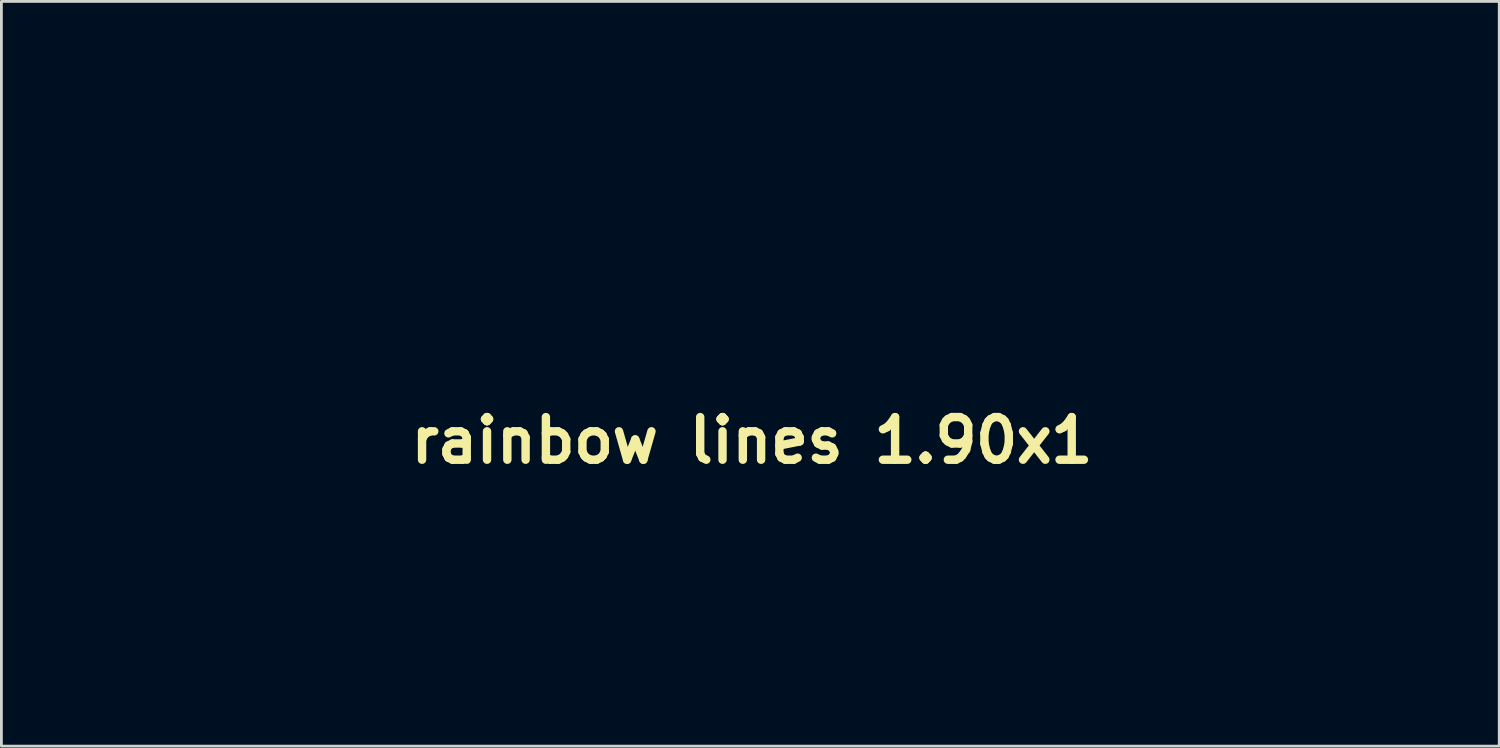
<source format=kicad_pcb>
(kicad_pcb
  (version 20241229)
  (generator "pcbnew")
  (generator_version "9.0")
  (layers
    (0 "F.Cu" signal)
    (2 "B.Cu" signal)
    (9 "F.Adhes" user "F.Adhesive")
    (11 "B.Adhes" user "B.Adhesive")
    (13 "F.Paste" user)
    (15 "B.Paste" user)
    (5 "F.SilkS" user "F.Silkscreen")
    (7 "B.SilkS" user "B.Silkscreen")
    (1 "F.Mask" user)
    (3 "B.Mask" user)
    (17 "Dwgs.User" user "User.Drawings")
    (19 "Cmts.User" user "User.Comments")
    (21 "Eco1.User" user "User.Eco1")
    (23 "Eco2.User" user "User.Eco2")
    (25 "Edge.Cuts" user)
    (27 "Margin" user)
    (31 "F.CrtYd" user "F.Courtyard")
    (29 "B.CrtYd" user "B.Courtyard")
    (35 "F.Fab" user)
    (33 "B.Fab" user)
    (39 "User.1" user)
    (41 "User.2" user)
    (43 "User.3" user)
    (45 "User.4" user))
  (footprint "rainbow lines 1.90x1"
    (layer "F.Cu")
    (at 23.83 12.694)
    (property "Reference" "rainbow lines 1.90x1" (at 0 0 0) (layer "F.SilkS") (effects (font (size 1.524 1.524) (thickness 0.3))))
    (attr board_only exclude_from_pos_files exclude_from_bom)
    (fp_poly (pts (xy 0.263 2.894) (xy 0.803 2.936) (xy 1.343 3.015) (xy 1.883 3.13) (xy 2.422 3.282) (xy 2.961 3.471) (xy 3.498 3.696) (xy 4.034 3.957) (xy 4.568 4.255) (xy 4.758 4.37) (xy 4.888 4.453) (xy 5.036 4.55) (xy 5.197 4.659) (xy 5.365 4.775) (xy 5.537 4.895) (xy 5.706 5.017) (xy 5.869 5.135) (xy 6.021 5.247) (xy 6.156 5.35) (xy 6.27 5.439) (xy 6.358 5.512) (xy 6.416 5.564) (xy 6.421 5.57) (xy 6.47 5.622) (xy 6.413 5.652) (xy 6.365 5.681) (xy 6.301 5.726) (xy 6.252 5.763) (xy 6.177 5.815) (xy 6.095 5.86) (xy 6.048 5.88) (xy 5.979 5.913) (xy 5.884 5.976) (xy 5.764 6.066) (xy 5.68 6.132) (xy 5.527 6.257) (xy 5.404 6.359) (xy 5.308 6.44) (xy 5.235 6.503) (xy 5.182 6.552) (xy 5.146 6.589) (xy 5.124 6.617) (xy 5.111 6.64) (xy 5.108 6.647) (xy 5.079 6.7) (xy 5.035 6.747) (xy 4.999 6.782) (xy 4.945 6.838) (xy 4.88 6.909) (xy 4.825 6.971) (xy 4.739 7.077) (xy 4.681 7.163) (xy 4.645 7.239) (xy 4.639 7.258) (xy 4.615 7.325) (xy 4.584 7.383) (xy 4.563 7.411) (xy 4.529 7.456) (xy 4.516 7.494) (xy 4.51 7.527) (xy 4.494 7.587) (xy 4.47 7.664) (xy 4.449 7.731) (xy 4.383 7.928) (xy 4.168 7.712) (xy 3.956 7.504) (xy 3.724 7.285) (xy 3.484 7.066) (xy 3.247 6.858) (xy 3.069 6.707) (xy 2.698 6.412) (xy 2.337 6.151) (xy 1.986 5.924) (xy 1.642 5.73) (xy 1.304 5.568) (xy 0.97 5.436) (xy 0.637 5.334) (xy 0.304 5.261) (xy 0.228 5.248) (xy 0.103 5.235) (xy -0.054 5.228) (xy -0.228 5.227) (xy -0.404 5.231) (xy -0.566 5.242) (xy -0.7 5.257) (xy -0.705 5.258) (xy -1.045 5.331) (xy -1.392 5.439) (xy -1.743 5.58) (xy -2.094 5.753) (xy -2.443 5.956) (xy -2.559 6.031) (xy -2.774 6.18) (xy -3.008 6.353) (xy -3.253 6.545) (xy -3.503 6.749) (xy -3.748 6.959) (xy -3.983 7.168) (xy -4.199 7.37) (xy -4.386 7.556) (xy -4.448 7.616) (xy -4.488 7.646) (xy -4.51 7.648) (xy -4.518 7.622) (xy -4.518 7.616) (xy -4.526 7.584) (xy -4.549 7.527) (xy -4.581 7.454) (xy -4.604 7.409) (xy -4.644 7.325) (xy -4.68 7.245) (xy -4.706 7.182) (xy -4.714 7.16) (xy -4.749 7.092) (xy -4.796 7.053) (xy -4.835 7.027) (xy -4.843 7.008) (xy -4.849 6.985) (xy -4.868 6.968) (xy -4.898 6.939) (xy -4.94 6.889) (xy -4.978 6.834) (xy -5.034 6.755) (xy -5.099 6.67) (xy -5.141 6.62) (xy -5.206 6.545) (xy -5.277 6.463) (xy -5.318 6.415) (xy -5.399 6.33) (xy -5.509 6.233) (xy -5.637 6.132) (xy -5.734 6.063) (xy -5.795 6.016) (xy -5.857 5.961) (xy -5.869 5.949) (xy -5.936 5.897) (xy -6.025 5.851) (xy -6.055 5.84) (xy -6.121 5.815) (xy -6.165 5.795) (xy -6.176 5.787) (xy -6.194 5.771) (xy -6.241 5.742) (xy -6.308 5.703) (xy -6.31 5.702) (xy -6.379 5.667) (xy -6.434 5.638) (xy -6.473 5.614) (xy -6.495 5.59) (xy -6.498 5.563) (xy -6.479 5.53) (xy -6.437 5.487) (xy -6.37 5.431) (xy -6.276 5.358) (xy -6.153 5.264) (xy -6.008 5.154) (xy -5.599 4.849) (xy -5.206 4.574) (xy -4.824 4.327) (xy -4.448 4.104) (xy -4.073 3.901) (xy -3.694 3.718) (xy -3.304 3.549) (xy -2.956 3.413) (xy -2.423 3.235) (xy -1.889 3.093) (xy -1.353 2.988) (xy -0.815 2.92) (xy -0.276 2.889)) (stroke (width 0) (type solid)) (fill yes) (layer "F.Mask"))
    (fp_poly (pts (xy 0.318 -12.691) (xy 0.91 -12.672) (xy 1.512 -12.64) (xy 2.112 -12.594) (xy 2.7 -12.536) (xy 2.96 -12.505) (xy 3.911 -12.367) (xy 4.852 -12.194) (xy 5.78 -11.986) (xy 6.697 -11.742) (xy 7.599 -11.465) (xy 8.488 -11.153) (xy 9.362 -10.808) (xy 10.22 -10.429) (xy 11.061 -10.018) (xy 11.886 -9.574) (xy 12.692 -9.099) (xy 13.479 -8.592) (xy 14.246 -8.055) (xy 14.993 -7.486) (xy 15.718 -6.888) (xy 16.421 -6.26) (xy 17.101 -5.602) (xy 17.758 -4.916) (xy 18.299 -4.307) (xy 18.943 -3.526) (xy 19.555 -2.718) (xy 20.136 -1.882) (xy 20.685 -1.021) (xy 21.202 -0.133) (xy 21.686 0.779) (xy 22.138 1.715) (xy 22.555 2.675) (xy 22.939 3.657) (xy 23.289 4.662) (xy 23.597 5.664) (xy 23.631 5.784) (xy 23.661 5.891) (xy 23.685 5.98) (xy 23.702 6.046) (xy 23.711 6.085) (xy 23.711 6.093) (xy 23.689 6.085) (xy 23.635 6.054) (xy 23.552 6.001) (xy 23.444 5.93) (xy 23.314 5.842) (xy 23.247 5.795) (xy 23.1 5.7) (xy 22.976 5.634) (xy 22.895 5.603) (xy 22.802 5.569) (xy 22.753 5.536) (xy 22.744 5.521) (xy 22.421 4.515) (xy 22.065 3.533) (xy 21.678 2.575) (xy 21.26 1.642) (xy 20.811 0.735) (xy 20.331 -0.147) (xy 19.82 -1.002) (xy 19.28 -1.831) (xy 18.71 -2.633) (xy 18.11 -3.408) (xy 17.481 -4.154) (xy 16.823 -4.873) (xy 16.136 -5.563) (xy 15.421 -6.223) (xy 14.677 -6.854) (xy 14.191 -7.239) (xy 13.825 -7.517) (xy 13.478 -7.772) (xy 13.14 -8.01) (xy 12.803 -8.237) (xy 12.457 -8.46) (xy 12.092 -8.685) (xy 11.883 -8.809) (xy 11.065 -9.274) (xy 10.232 -9.703) (xy 9.386 -10.097) (xy 8.527 -10.456) (xy 7.656 -10.78) (xy 6.771 -11.068) (xy 5.875 -11.32) (xy 4.966 -11.537) (xy 4.046 -11.718) (xy 3.114 -11.864) (xy 2.172 -11.973) (xy 1.218 -12.047) (xy 0.913 -12.062) (xy 0.403 -12.08) (xy -0.09 -12.087) (xy -0.58 -12.08) (xy -1.081 -12.062) (xy -1.607 -12.03) (xy -1.826 -12.014) (xy -2.756 -11.924) (xy -3.676 -11.799) (xy -4.586 -11.637) (xy -5.485 -11.441) (xy -6.373 -11.209) (xy -7.248 -10.944) (xy -8.11 -10.644) (xy -8.958 -10.311) (xy -9.791 -9.945) (xy -10.609 -9.545) (xy -11.41 -9.114) (xy -12.194 -8.651) (xy -12.96 -8.156) (xy -13.708 -7.63) (xy -14.435 -7.073) (xy -15.143 -6.486) (xy -15.83 -5.869) (xy -16.494 -5.223) (xy -17.136 -4.548) (xy -17.754 -3.844) (xy -17.78 -3.813) (xy -18.406 -3.038) (xy -19.002 -2.237) (xy -19.568 -1.41) (xy -20.104 -0.556) (xy -20.61 0.325) (xy -21.086 1.233) (xy -21.534 2.17) (xy -21.952 3.135) (xy -22.342 4.129) (xy -22.687 5.104) (xy -22.84 5.559) (xy -22.965 5.61) (xy -23.075 5.662) (xy -23.215 5.744) (xy -23.382 5.853) (xy -23.578 5.99) (xy -23.641 6.036) (xy -23.723 6.093) (xy -23.785 6.133) (xy -23.822 6.151) (xy -23.83 6.147) (xy -23.821 6.118) (xy -23.803 6.06) (xy -23.777 5.977) (xy -23.746 5.875) (xy -23.711 5.759) (xy -23.694 5.703) (xy -23.528 5.173) (xy -23.342 4.622) (xy -23.14 4.059) (xy -22.926 3.495) (xy -22.704 2.939) (xy -22.492 2.438) (xy -22.071 1.514) (xy -21.621 0.615) (xy -21.144 -0.26) (xy -20.64 -1.109) (xy -20.108 -1.933) (xy -19.551 -2.731) (xy -18.967 -3.502) (xy -18.359 -4.246) (xy -17.725 -4.962) (xy -17.068 -5.65) (xy -16.387 -6.309) (xy -15.682 -6.939) (xy -14.955 -7.54) (xy -14.206 -8.11) (xy -13.436 -8.65) (xy -12.644 -9.159) (xy -11.832 -9.636) (xy -10.999 -10.081) (xy -10.148 -10.493) (xy -9.277 -10.872) (xy -8.388 -11.218) (xy -7.777 -11.432) (xy -6.888 -11.712) (xy -5.995 -11.956) (xy -5.096 -12.165) (xy -4.186 -12.338) (xy -3.264 -12.478) (xy -2.327 -12.583) (xy -1.371 -12.655) (xy -0.793 -12.683) (xy -0.254 -12.694)) (stroke (width 0) (type solid)) (fill yes) (layer "F.Mask"))
    (fp_poly (pts (xy 0.191 -6.219) (xy 0.426 -6.217) (xy 0.631 -6.214) (xy 0.814 -6.209) (xy 0.983 -6.2) (xy 1.148 -6.189) (xy 1.317 -6.174) (xy 1.498 -6.154) (xy 1.7 -6.131) (xy 1.886 -6.107) (xy 2.639 -5.993) (xy 3.385 -5.843) (xy 4.126 -5.657) (xy 4.86 -5.435) (xy 5.586 -5.177) (xy 6.305 -4.884) (xy 7.015 -4.556) (xy 7.716 -4.194) (xy 8.407 -3.798) (xy 9.088 -3.368) (xy 9.758 -2.905) (xy 10.417 -2.408) (xy 11.064 -1.879) (xy 11.697 -1.317) (xy 12.318 -0.723) (xy 12.925 -0.097) (xy 13.04 0.028) (xy 13.341 0.362) (xy 13.653 0.724) (xy 13.97 1.106) (xy 14.287 1.501) (xy 14.598 1.902) (xy 14.897 2.301) (xy 15.179 2.691) (xy 15.437 3.066) (xy 15.439 3.069) (xy 15.47 3.115) (xy 14.902 3.121) (xy 14.626 3.125) (xy 14.389 3.131) (xy 14.184 3.141) (xy 14.002 3.155) (xy 13.835 3.175) (xy 13.675 3.201) (xy 13.513 3.234) (xy 13.341 3.276) (xy 13.193 3.315) (xy 12.975 3.377) (xy 12.798 3.433) (xy 12.655 3.488) (xy 12.538 3.542) (xy 12.453 3.591) (xy 12.4 3.622) (xy 12.363 3.64) (xy 12.356 3.642) (xy 12.338 3.627) (xy 12.3 3.585) (xy 12.247 3.521) (xy 12.182 3.441) (xy 12.118 3.36) (xy 11.555 2.659) (xy 10.986 1.991) (xy 10.409 1.357) (xy 9.826 0.757) (xy 9.237 0.191) (xy 8.642 -0.34) (xy 8.041 -0.836) (xy 7.435 -1.297) (xy 6.825 -1.723) (xy 6.21 -2.113) (xy 5.591 -2.467) (xy 4.967 -2.785) (xy 4.341 -3.066) (xy 3.972 -3.214) (xy 3.42 -3.413) (xy 2.878 -3.58) (xy 2.339 -3.719) (xy 1.793 -3.83) (xy 1.231 -3.917) (xy 0.874 -3.958) (xy 0.65 -3.977) (xy 0.391 -3.99) (xy 0.109 -3.998) (xy -0.183 -4.001) (xy -0.472 -3.998) (xy -0.747 -3.99) (xy -0.995 -3.977) (xy -1.105 -3.968) (xy -1.736 -3.893) (xy -2.36 -3.785) (xy -2.979 -3.643) (xy -3.593 -3.467) (xy -4.205 -3.257) (xy -4.815 -3.012) (xy -5.423 -2.731) (xy -6.032 -2.415) (xy -6.642 -2.062) (xy -7.253 -1.673) (xy -7.305 -1.639) (xy -7.521 -1.49) (xy -7.759 -1.316) (xy -8.016 -1.123) (xy -8.284 -0.915) (xy -8.557 -0.697) (xy -8.83 -0.473) (xy -9.097 -0.248) (xy -9.351 -0.028) (xy -9.588 0.184) (xy -9.699 0.287) (xy -10.077 0.649) (xy -10.465 1.04) (xy -10.857 1.452) (xy -11.248 1.879) (xy -11.63 2.314) (xy -11.998 2.751) (xy -12.346 3.183) (xy -12.459 3.328) (xy -12.52 3.406) (xy -12.572 3.473) (xy -12.611 3.522) (xy -12.63 3.546) (xy -12.631 3.547) (xy -12.654 3.542) (xy -12.702 3.521) (xy -12.73 3.507) (xy -12.812 3.469) (xy -12.905 3.434) (xy -12.928 3.427) (xy -13.013 3.397) (xy -13.093 3.361) (xy -13.113 3.351) (xy -13.201 3.312) (xy -13.33 3.273) (xy -13.491 3.235) (xy -13.677 3.199) (xy -13.88 3.167) (xy -14.093 3.14) (xy -14.307 3.119) (xy -14.37 3.115) (xy -14.446 3.113) (xy -14.555 3.112) (xy -14.689 3.114) (xy -14.839 3.117) (xy -14.996 3.122) (xy -15.151 3.127) (xy -15.294 3.134) (xy -15.417 3.14) (xy -15.511 3.147) (xy -15.566 3.154) (xy -15.568 3.154) (xy -15.587 3.156) (xy -15.594 3.148) (xy -15.588 3.125) (xy -15.566 3.085) (xy -15.526 3.022) (xy -15.466 2.932) (xy -15.438 2.891) (xy -14.89 2.11) (xy -14.327 1.364) (xy -13.748 0.652) (xy -13.154 -0.026) (xy -12.543 -0.67) (xy -11.916 -1.281) (xy -11.273 -1.858) (xy -10.611 -2.404) (xy -9.933 -2.917) (xy -9.236 -3.399) (xy -8.984 -3.562) (xy -8.3 -3.977) (xy -7.605 -4.359) (xy -6.898 -4.706) (xy -6.182 -5.019) (xy -5.456 -5.297) (xy -4.723 -5.539) (xy -3.982 -5.746) (xy -3.235 -5.917) (xy -2.483 -6.052) (xy -2.019 -6.117) (xy -1.801 -6.143) (xy -1.607 -6.164) (xy -1.428 -6.181) (xy -1.255 -6.195) (xy -1.079 -6.205) (xy -0.892 -6.212) (xy -0.686 -6.216) (xy -0.451 -6.219) (xy -0.18 -6.22) (xy -0.084 -6.22)) (stroke (width 0) (type solid)) (fill yes) (layer "F.Mask")))
  (gr_rect
    (start -3 -3)
    (end 50.542 23.622)
    (stroke (width 0.1) (type default))
    (fill no)
    (layer "Edge.Cuts")))
</source>
